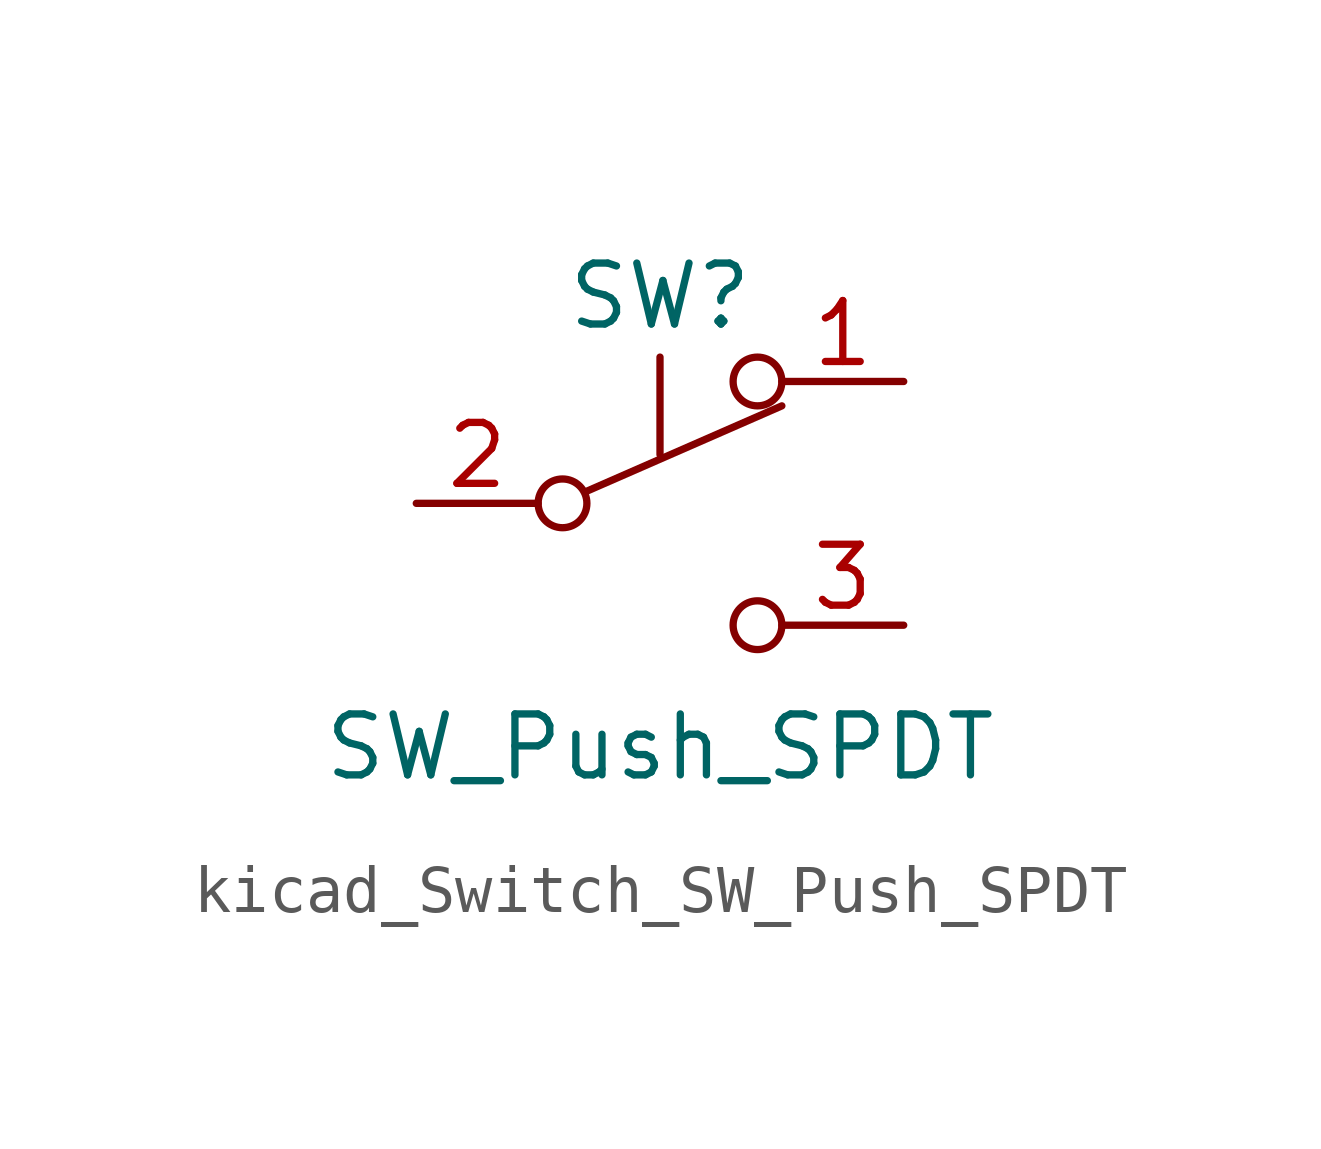
<source format=kicad_sym>
(kicad_symbol_lib
  (version 20220914)
  (generator kicad_symbol_editor)
  (symbol "kicad_Switch_SW_Push_SPDT"
    (pin_names
      (offset 0) hide)
    (property "Reference" "SW"
      (at 0 4.318 0)
      (effects (font (size 1.27 1.27))))
    (property "Value" "SW_Push_SPDT"
      (at 0 -5.08 0)
      (effects (font (size 1.27 1.27))))
    (symbol "kicad_Switch_SW_Push_SPDT_0_0"
      (circle (center -2.032 0) (radius 0.508) (stroke (width 0) (type default)) (fill (type none)))
      (polyline (pts (xy 0 1.016) (xy 0 3.048)) (stroke (width 0) (type default)) (fill (type none)))
      (circle (center 2.032 -2.54) (radius 0.508) (stroke (width 0) (type default)) (fill (type none))))
    (symbol "kicad_Switch_SW_Push_SPDT_0_1"
      (polyline (pts (xy -1.524 0.254) (xy 2.54 2.032)) (stroke (width 0) (type default)) (fill (type none)))
      (circle (center 2.032 2.54) (radius 0.508) (stroke (width 0) (type default)) (fill (type none))))
    (symbol "kicad_Switch_SW_Push_SPDT_1_1"
      (pin passive line (at 5.08 2.54 180) (length 2.54) (name "A" (effects (font (size 1.27 1.27)))) (number "1" (effects (font (size 1.27 1.27)))))
      (pin passive line (at -5.08 0 0) (length 2.54) (name "B" (effects (font (size 1.27 1.27)))) (number "2" (effects (font (size 1.27 1.27)))))
      (pin passive line (at 5.08 -2.54 180) (length 2.54) (name "C" (effects (font (size 1.27 1.27)))) (number "3" (effects (font (size 1.27 1.27))))))))
</source>
